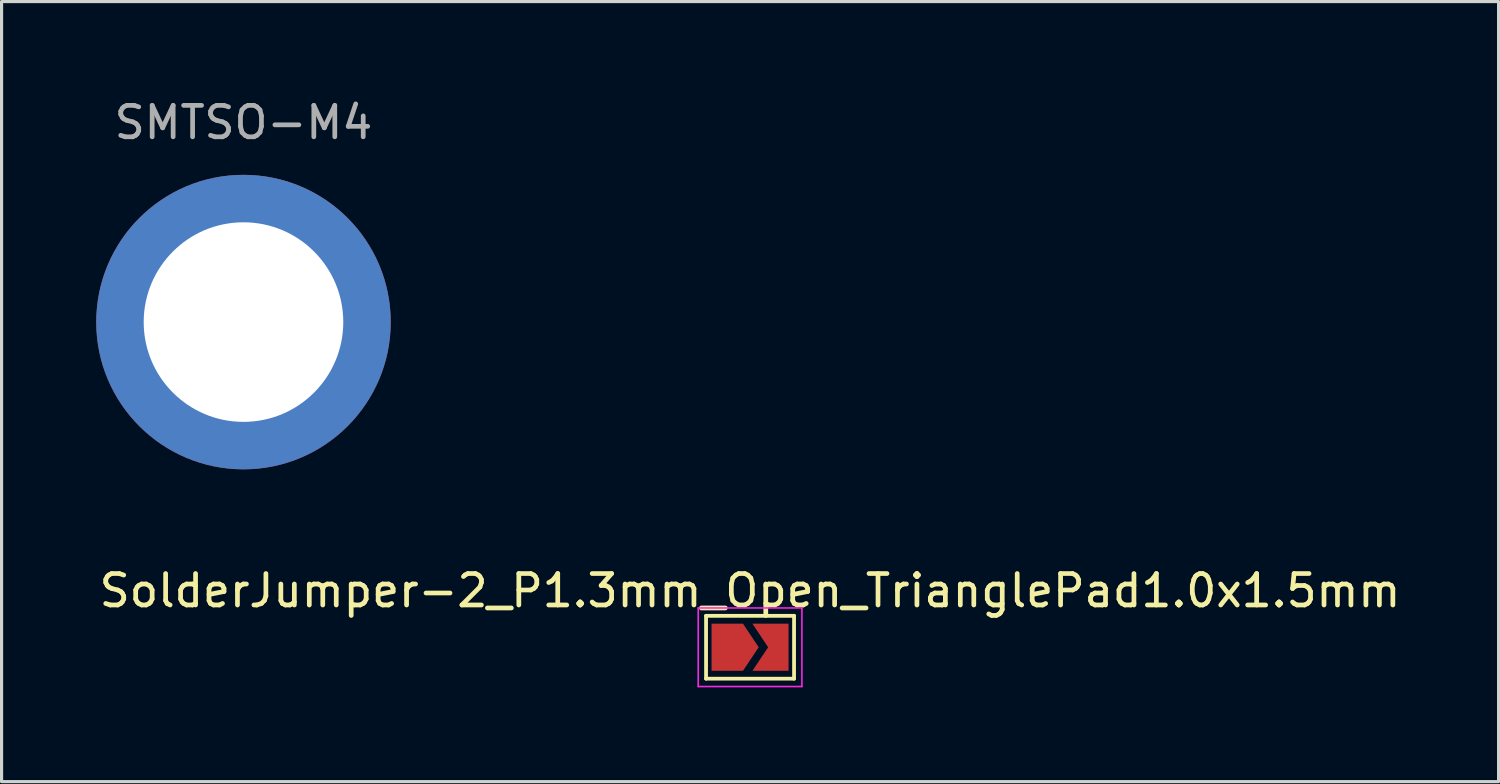
<source format=kicad_pcb>
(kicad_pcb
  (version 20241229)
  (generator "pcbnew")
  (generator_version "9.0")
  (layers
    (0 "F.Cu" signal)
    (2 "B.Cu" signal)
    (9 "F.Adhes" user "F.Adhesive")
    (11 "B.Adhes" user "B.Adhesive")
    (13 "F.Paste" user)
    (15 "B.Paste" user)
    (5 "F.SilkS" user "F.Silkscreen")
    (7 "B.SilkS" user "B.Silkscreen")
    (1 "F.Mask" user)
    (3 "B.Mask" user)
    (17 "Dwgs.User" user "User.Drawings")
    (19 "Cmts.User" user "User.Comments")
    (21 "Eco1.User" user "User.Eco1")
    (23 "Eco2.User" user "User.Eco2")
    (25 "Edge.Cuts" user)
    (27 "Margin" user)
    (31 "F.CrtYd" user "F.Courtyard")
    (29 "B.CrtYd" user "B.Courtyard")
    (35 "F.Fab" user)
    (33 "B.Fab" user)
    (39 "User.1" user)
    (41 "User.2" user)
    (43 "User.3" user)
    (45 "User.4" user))
  (footprint "SMTSO-M4"
    (layer "F.Cu")
    (at 4.697 7.198)
    (property "Reference" "SMTSO-M4" (at 0 -6.35 0) (layer "F.Fab") (effects (font (size 1 1) (thickness 0.15))))
    (attr through_hole)
    (fp_circle (center -3.937 0) (end -3.237 0) (stroke (width 0.12) (type solid)) (fill yes) (layer "F.Paste"))
    (fp_circle (center -2.784 -2.784) (end -2.084 -2.784) (stroke (width 0.12) (type solid)) (fill yes) (layer "F.Paste"))
    (fp_circle (center -2.784 2.784) (end -2.084 2.784) (stroke (width 0.12) (type solid)) (fill yes) (layer "F.Paste"))
    (fp_circle (center 0 -3.937) (end 0.7 -3.937) (stroke (width 0.12) (type solid)) (fill yes) (layer "F.Paste"))
    (fp_circle (center 0 3.937) (end 0.7 3.937) (stroke (width 0.12) (type solid)) (fill yes) (layer "F.Paste"))
    (fp_circle (center 2.784 -2.784) (end 3.484 -2.784) (stroke (width 0.12) (type solid)) (fill yes) (layer "F.Paste"))
    (fp_circle (center 2.784 2.784) (end 3.484 2.784) (stroke (width 0.12) (type solid)) (fill yes) (layer "F.Paste"))
    (fp_circle (center 3.937 0) (end 4.637 0) (stroke (width 0.12) (type solid)) (fill yes) (layer "F.Paste"))
    (pad "1" thru_hole circle (at 0 0) (size 9.37 9.37) (drill 6.35) (layers "*.Cu" "*.Mask")))
  (footprint "SolderJumper-2_P1.3mm_Open_TrianglePad1.0x1.5mm"
    (layer "F.Cu")
    (at 20.815 17.544)
    (property "Reference" "SolderJumper-2_P1.3mm_Open_TrianglePad1.0x1.5mm" (at 0 -1.8 0) (layer "F.SilkS") (effects (font (size 1 1) (thickness 0.15))))
    (attr exclude_from_pos_files exclude_from_bom)
    (fp_poly (pts (xy -0.44 -0.75) (xy 0.76 -0.75) (xy 0.76 0.75) (xy -0.44 0.75)) (stroke (width 0.005) (type solid)) (fill yes) (layer "F.Mask"))
    (fp_line (start -1.4 -1) (end 1.4 -1) (stroke (width 0.12) (type solid)) (layer "F.SilkS"))
    (fp_line (start -1.4 1) (end -1.4 -1) (stroke (width 0.12) (type solid)) (layer "F.SilkS"))
    (fp_line (start 1.4 -1) (end 1.4 1) (stroke (width 0.12) (type solid)) (layer "F.SilkS"))
    (fp_line (start 1.4 1) (end -1.4 1) (stroke (width 0.12) (type solid)) (layer "F.SilkS"))
    (fp_line (start -1.65 -1.25) (end -1.65 1.25) (stroke (width 0.05) (type solid)) (layer "F.CrtYd"))
    (fp_line (start -1.65 -1.25) (end 1.65 -1.25) (stroke (width 0.05) (type solid)) (layer "F.CrtYd"))
    (fp_line (start 1.65 1.25) (end -1.65 1.25) (stroke (width 0.05) (type solid)) (layer "F.CrtYd"))
    (fp_line (start 1.65 1.25) (end 1.65 -1.25) (stroke (width 0.05) (type solid)) (layer "F.CrtYd"))
    (pad "1" smd custom (at -0.725 0) (size 0.3 0.3) (layers "F.Cu" "F.Mask") (options (anchor rect)) (primitives (gr_poly (pts (xy 1 0) (xy 0.5 0.75) (xy -0.5 0.75) (xy -0.5 -0.75) (xy 0.5 -0.75)) (width 0) (fill yes))))
    (pad "2" smd custom (at 0.725 0) (size 0.3 0.3) (layers "F.Cu" "F.Mask") (options (anchor rect)) (primitives (gr_poly (pts (xy 0.5 0.75) (xy -0.65 0.75) (xy -0.15 0) (xy -0.65 -0.75) (xy 0.5 -0.75)) (width 0) (fill yes)))))
  (gr_rect
    (start -3 -3)
    (end 44.631 21.819)
    (stroke (width 0.1) (type default))
    (fill no)
    (layer "Edge.Cuts")))
</source>
